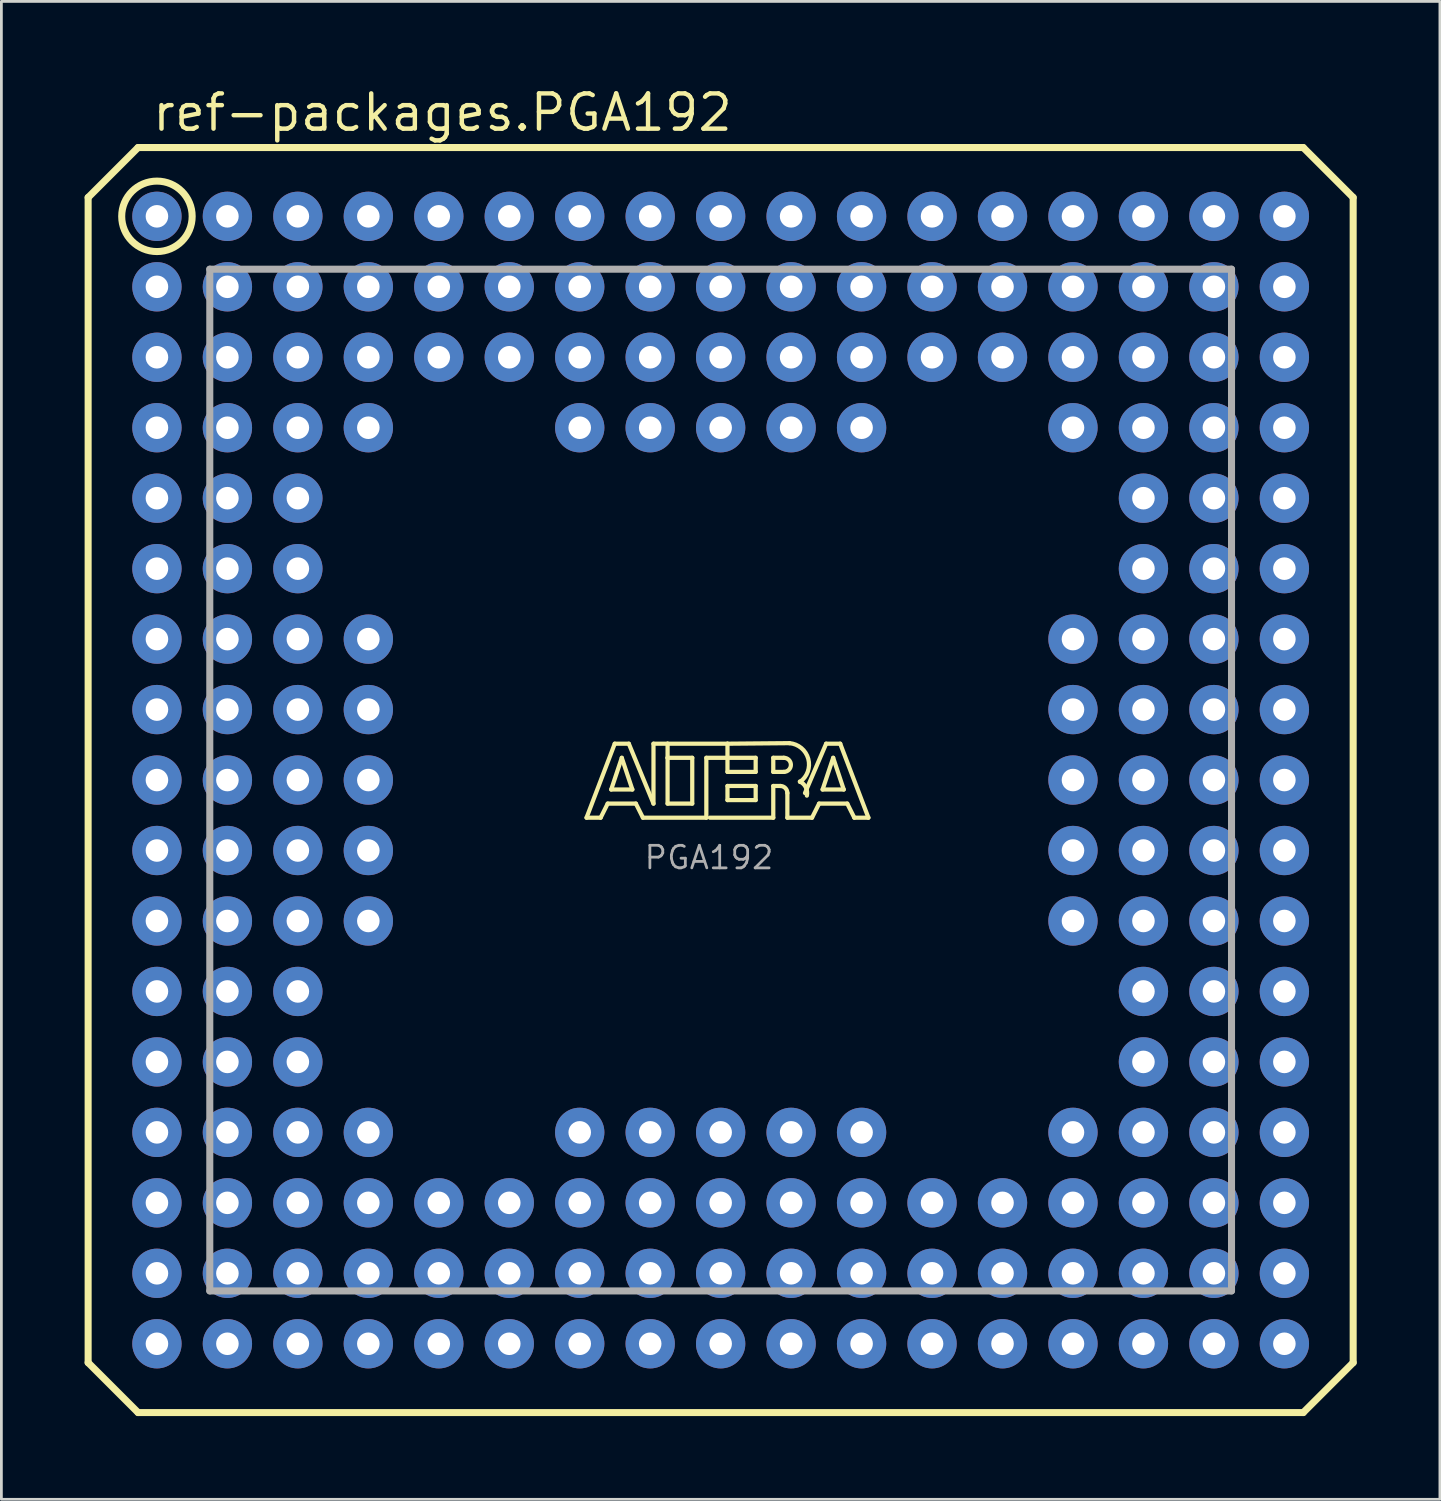
<source format=kicad_pcb>
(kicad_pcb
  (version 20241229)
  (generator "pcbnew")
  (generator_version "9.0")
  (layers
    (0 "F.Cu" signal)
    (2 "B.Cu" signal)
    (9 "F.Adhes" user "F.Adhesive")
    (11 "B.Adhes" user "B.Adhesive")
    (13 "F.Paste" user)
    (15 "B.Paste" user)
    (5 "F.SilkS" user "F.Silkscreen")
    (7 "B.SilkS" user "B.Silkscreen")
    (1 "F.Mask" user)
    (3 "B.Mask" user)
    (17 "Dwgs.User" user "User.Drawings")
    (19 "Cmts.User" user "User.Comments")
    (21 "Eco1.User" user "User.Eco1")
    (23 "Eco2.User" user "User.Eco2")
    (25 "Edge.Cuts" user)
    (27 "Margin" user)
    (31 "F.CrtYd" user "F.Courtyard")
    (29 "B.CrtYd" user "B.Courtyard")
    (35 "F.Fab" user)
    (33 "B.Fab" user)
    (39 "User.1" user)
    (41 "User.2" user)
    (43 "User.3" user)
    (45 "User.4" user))
  (footprint "ref-packages.PGA192"
    (layer "F.Cu")
    (at 22.927 25.068)
    (property "Reference" "ref-packages.PGA192" (at -20.563 -23.318 0) (layer "F.SilkS") (effects (font (size 1.27 1.27) (thickness 0.16)) (justify left bottom)))
    (attr through_hole)
    (fp_line (start -22.8 -21) (end -21 -22.8) (stroke (width 0.254) (type default)) (layer "F.SilkS"))
    (fp_line (start -22.8 21) (end -22.8 -21) (stroke (width 0.254) (type default)) (layer "F.SilkS"))
    (fp_line (start -21 -22.8) (end 21 -22.8) (stroke (width 0.254) (type default)) (layer "F.SilkS"))
    (fp_line (start -21 22.8) (end -22.8 21) (stroke (width 0.254) (type default)) (layer "F.SilkS"))
    (fp_line (start -4.834 1.357) (end -3.818 -1.31) (stroke (width 0.152) (type default)) (layer "F.SilkS"))
    (fp_line (start -4.326 1.357) (end -4.834 1.357) (stroke (width 0.152) (type default)) (layer "F.SilkS"))
    (fp_line (start -4.072 0.849) (end -4.326 1.357) (stroke (width 0.152) (type default)) (layer "F.SilkS"))
    (fp_line (start -3.945 0.341) (end -3.183 0.341) (stroke (width 0.152) (type default)) (layer "F.SilkS"))
    (fp_line (start -3.818 -1.31) (end -3.31 -1.31) (stroke (width 0.152) (type default)) (layer "F.SilkS"))
    (fp_line (start -3.564 -0.802) (end -3.945 0.341) (stroke (width 0.152) (type default)) (layer "F.SilkS"))
    (fp_line (start -3.31 -1.31) (end -2.421 0.849) (stroke (width 0.152) (type default)) (layer "F.SilkS"))
    (fp_line (start -3.183 0.341) (end -3.564 -0.802) (stroke (width 0.152) (type default)) (layer "F.SilkS"))
    (fp_line (start -3.056 0.849) (end -4.072 0.849) (stroke (width 0.152) (type default)) (layer "F.SilkS"))
    (fp_line (start -2.802 1.357) (end -3.056 0.849) (stroke (width 0.152) (type default)) (layer "F.SilkS"))
    (fp_line (start -2.421 -1.31) (end -1.913 -1.31) (stroke (width 0.152) (type default)) (layer "F.SilkS"))
    (fp_line (start -2.421 0.849) (end -2.421 -1.31) (stroke (width 0.152) (type default)) (layer "F.SilkS"))
    (fp_line (start -1.913 -1.31) (end -1.913 -0.802) (stroke (width 0.152) (type default)) (layer "F.SilkS"))
    (fp_line (start -1.913 -1.31) (end 0.246 -1.31) (stroke (width 0.152) (type default)) (layer "F.SilkS"))
    (fp_line (start -1.913 -0.802) (end -1.913 0.849) (stroke (width 0.152) (type default)) (layer "F.SilkS"))
    (fp_line (start -1.913 0.849) (end -1.024 0.849) (stroke (width 0.152) (type default)) (layer "F.SilkS"))
    (fp_line (start -1.024 -0.802) (end -1.913 -0.802) (stroke (width 0.152) (type default)) (layer "F.SilkS"))
    (fp_line (start -1.024 0.849) (end -1.024 -0.802) (stroke (width 0.152) (type default)) (layer "F.SilkS"))
    (fp_line (start -0.516 -0.802) (end -0.516 1.357) (stroke (width 0.152) (type default)) (layer "F.SilkS"))
    (fp_line (start -0.516 1.357) (end -2.802 1.357) (stroke (width 0.152) (type default)) (layer "F.SilkS"))
    (fp_line (start 0.246 -1.31) (end 0.246 -0.802) (stroke (width 0.152) (type default)) (layer "F.SilkS"))
    (fp_line (start 0.246 -1.31) (end 2.478 -1.33) (stroke (width 0.152) (type default)) (layer "F.SilkS"))
    (fp_line (start 0.246 -0.802) (end -0.516 -0.802) (stroke (width 0.152) (type default)) (layer "F.SilkS"))
    (fp_line (start 0.246 -0.802) (end 0.246 -0.294) (stroke (width 0.152) (type default)) (layer "F.SilkS"))
    (fp_line (start 0.246 -0.294) (end 1.262 -0.294) (stroke (width 0.152) (type default)) (layer "F.SilkS"))
    (fp_line (start 0.246 0.214) (end 1.262 0.214) (stroke (width 0.152) (type default)) (layer "F.SilkS"))
    (fp_line (start 0.246 0.722) (end 0.246 0.214) (stroke (width 0.152) (type default)) (layer "F.SilkS"))
    (fp_line (start 1.262 -0.802) (end 0.246 -0.802) (stroke (width 0.152) (type default)) (layer "F.SilkS"))
    (fp_line (start 1.262 -0.294) (end 1.262 -0.802) (stroke (width 0.152) (type default)) (layer "F.SilkS"))
    (fp_line (start 1.262 0.214) (end 1.262 0.722) (stroke (width 0.152) (type default)) (layer "F.SilkS"))
    (fp_line (start 1.262 0.722) (end 0.246 0.722) (stroke (width 0.152) (type default)) (layer "F.SilkS"))
    (fp_line (start 1.897 -0.802) (end 1.897 -0.294) (stroke (width 0.152) (type default)) (layer "F.SilkS"))
    (fp_line (start 1.897 -0.294) (end 2.278 -0.294) (stroke (width 0.152) (type default)) (layer "F.SilkS"))
    (fp_line (start 1.897 0.214) (end 1.897 1.357) (stroke (width 0.152) (type default)) (layer "F.SilkS"))
    (fp_line (start 1.897 0.214) (end 2.151 0.214) (stroke (width 0.152) (type default)) (layer "F.SilkS"))
    (fp_line (start 1.897 1.357) (end -0.389 1.357) (stroke (width 0.152) (type default)) (layer "F.SilkS"))
    (fp_line (start 2.278 -0.802) (end 1.897 -0.802) (stroke (width 0.152) (type default)) (layer "F.SilkS"))
    (fp_line (start 2.405 0.468) (end 2.405 1.357) (stroke (width 0.152) (type default)) (layer "F.SilkS"))
    (fp_line (start 2.405 1.357) (end 3.294 1.357) (stroke (width 0.152) (type default)) (layer "F.SilkS"))
    (fp_line (start 3.294 1.357) (end 3.548 0.849) (stroke (width 0.152) (type default)) (layer "F.SilkS"))
    (fp_line (start 3.548 0.849) (end 4.564 0.849) (stroke (width 0.152) (type default)) (layer "F.SilkS"))
    (fp_line (start 3.675 0.341) (end 4.056 -0.802) (stroke (width 0.152) (type default)) (layer "F.SilkS"))
    (fp_line (start 3.802 -1.31) (end 3.04 0.468) (stroke (width 0.152) (type default)) (layer "F.SilkS"))
    (fp_line (start 4.056 -0.802) (end 4.437 0.341) (stroke (width 0.152) (type default)) (layer "F.SilkS"))
    (fp_line (start 4.31 -1.31) (end 3.802 -1.31) (stroke (width 0.152) (type default)) (layer "F.SilkS"))
    (fp_line (start 4.437 0.341) (end 3.675 0.341) (stroke (width 0.152) (type default)) (layer "F.SilkS"))
    (fp_line (start 4.564 0.849) (end 4.818 1.357) (stroke (width 0.152) (type default)) (layer "F.SilkS"))
    (fp_line (start 4.818 1.357) (end 5.326 1.357) (stroke (width 0.152) (type default)) (layer "F.SilkS"))
    (fp_line (start 5.326 1.357) (end 4.31 -1.31) (stroke (width 0.152) (type default)) (layer "F.SilkS"))
    (fp_line (start 21 -22.8) (end 22.8 -21) (stroke (width 0.254) (type default)) (layer "F.SilkS"))
    (fp_line (start 21 22.8) (end -21 22.8) (stroke (width 0.254) (type default)) (layer "F.SilkS"))
    (fp_line (start 22.8 -21) (end 22.8 21) (stroke (width 0.254) (type default)) (layer "F.SilkS"))
    (fp_line (start 22.8 21) (end 21 22.8) (stroke (width 0.254) (type default)) (layer "F.SilkS"))
    (fp_arc (start 2.151 0.214) (mid 2.330605 0.288395) (end 2.405 0.468) (stroke (width 0.1524) (type default)) (layer "F.SilkS"))
    (fp_arc (start 2.278 -0.802) (mid 2.532 -0.548) (end 2.278 -0.294) (stroke (width 0.1524) (type default)) (layer "F.SilkS"))
    (fp_arc (start 2.4785 -1.33) (mid 3.158453 -0.76477) (end 2.8596 0.0674) (stroke (width 0.1524) (type default)) (layer "F.SilkS"))
    (fp_arc (start 2.8543 0.0531) (mid 3.070281 0.262587) (end 3.108 0.5611) (stroke (width 0.1524) (type default)) (layer "F.SilkS"))
    (fp_circle (center -20.32 -20.32) (end -19.05 -20.32) (stroke (width 0.254) (type default)) (fill no) (layer "F.SilkS"))
    (fp_line (start -18.415 -18.415) (end -18.415 18.415) (stroke (width 0.254) (type default)) (layer "F.Fab"))
    (fp_line (start -18.415 18.415) (end 18.415 18.415) (stroke (width 0.254) (type default)) (layer "F.Fab"))
    (fp_line (start 18.415 -18.415) (end -18.415 -18.415) (stroke (width 0.254) (type default)) (layer "F.Fab"))
    (fp_line (start 18.415 18.415) (end 18.415 -18.415) (stroke (width 0.254) (type default)) (layer "F.Fab"))
    (fp_text user "PGA192" (at -2.81 3.27 0) (layer "F.Fab") (effects (font (size 0.813 0.813) (thickness 0.1)) (justify left bottom)))
    (pad "A1" thru_hole circle (at -20.32 -20.32) (size 1.778 1.778) (drill 0.813) (layers "*.Cu" "*.Mask"))
    (pad "A2" thru_hole circle (at -17.78 -20.32) (size 1.778 1.778) (drill 0.813) (layers "*.Cu" "*.Mask"))
    (pad "A3" thru_hole circle (at -15.24 -20.32) (size 1.778 1.778) (drill 0.813) (layers "*.Cu" "*.Mask"))
    (pad "A4" thru_hole circle (at -12.7 -20.32) (size 1.778 1.778) (drill 0.813) (layers "*.Cu" "*.Mask"))
    (pad "A5" thru_hole circle (at -10.16 -20.32) (size 1.778 1.778) (drill 0.813) (layers "*.Cu" "*.Mask"))
    (pad "A6" thru_hole circle (at -7.62 -20.32) (size 1.778 1.778) (drill 0.813) (layers "*.Cu" "*.Mask"))
    (pad "A7" thru_hole circle (at -5.08 -20.32) (size 1.778 1.778) (drill 0.813) (layers "*.Cu" "*.Mask"))
    (pad "A8" thru_hole circle (at -2.54 -20.32) (size 1.778 1.778) (drill 0.813) (layers "*.Cu" "*.Mask"))
    (pad "A9" thru_hole circle (at 0 -20.32) (size 1.778 1.778) (drill 0.813) (layers "*.Cu" "*.Mask"))
    (pad "A10" thru_hole circle (at 2.54 -20.32) (size 1.778 1.778) (drill 0.813) (layers "*.Cu" "*.Mask"))
    (pad "A11" thru_hole circle (at 5.08 -20.32) (size 1.778 1.778) (drill 0.813) (layers "*.Cu" "*.Mask"))
    (pad "A12" thru_hole circle (at 7.62 -20.32) (size 1.778 1.778) (drill 0.813) (layers "*.Cu" "*.Mask"))
    (pad "A13" thru_hole circle (at 10.16 -20.32) (size 1.778 1.778) (drill 0.813) (layers "*.Cu" "*.Mask"))
    (pad "A14" thru_hole circle (at 12.7 -20.32) (size 1.778 1.778) (drill 0.813) (layers "*.Cu" "*.Mask"))
    (pad "A15" thru_hole circle (at 15.24 -20.32) (size 1.778 1.778) (drill 0.813) (layers "*.Cu" "*.Mask"))
    (pad "A16" thru_hole circle (at 17.78 -20.32) (size 1.778 1.778) (drill 0.813) (layers "*.Cu" "*.Mask"))
    (pad "A17" thru_hole circle (at 20.32 -20.32) (size 1.778 1.778) (drill 0.813) (layers "*.Cu" "*.Mask"))
    (pad "B1" thru_hole circle (at -20.32 -17.78) (size 1.778 1.778) (drill 0.813) (layers "*.Cu" "*.Mask"))
    (pad "B2" thru_hole circle (at -17.78 -17.78) (size 1.778 1.778) (drill 0.813) (layers "*.Cu" "*.Mask"))
    (pad "B3" thru_hole circle (at -15.24 -17.78) (size 1.778 1.778) (drill 0.813) (layers "*.Cu" "*.Mask"))
    (pad "B4" thru_hole circle (at -12.7 -17.78) (size 1.778 1.778) (drill 0.813) (layers "*.Cu" "*.Mask"))
    (pad "B5" thru_hole circle (at -10.16 -17.78) (size 1.778 1.778) (drill 0.813) (layers "*.Cu" "*.Mask"))
    (pad "B6" thru_hole circle (at -7.62 -17.78) (size 1.778 1.778) (drill 0.813) (layers "*.Cu" "*.Mask"))
    (pad "B7" thru_hole circle (at -5.08 -17.78) (size 1.778 1.778) (drill 0.813) (layers "*.Cu" "*.Mask"))
    (pad "B8" thru_hole circle (at -2.54 -17.78) (size 1.778 1.778) (drill 0.813) (layers "*.Cu" "*.Mask"))
    (pad "B9" thru_hole circle (at 0 -17.78) (size 1.778 1.778) (drill 0.813) (layers "*.Cu" "*.Mask"))
    (pad "B10" thru_hole circle (at 2.54 -17.78) (size 1.778 1.778) (drill 0.813) (layers "*.Cu" "*.Mask"))
    (pad "B11" thru_hole circle (at 5.08 -17.78) (size 1.778 1.778) (drill 0.813) (layers "*.Cu" "*.Mask"))
    (pad "B12" thru_hole circle (at 7.62 -17.78) (size 1.778 1.778) (drill 0.813) (layers "*.Cu" "*.Mask"))
    (pad "B13" thru_hole circle (at 10.16 -17.78) (size 1.778 1.778) (drill 0.813) (layers "*.Cu" "*.Mask"))
    (pad "B14" thru_hole circle (at 12.7 -17.78) (size 1.778 1.778) (drill 0.813) (layers "*.Cu" "*.Mask"))
    (pad "B15" thru_hole circle (at 15.24 -17.78) (size 1.778 1.778) (drill 0.813) (layers "*.Cu" "*.Mask"))
    (pad "B16" thru_hole circle (at 17.78 -17.78) (size 1.778 1.778) (drill 0.813) (layers "*.Cu" "*.Mask"))
    (pad "B17" thru_hole circle (at 20.32 -17.78) (size 1.778 1.778) (drill 0.813) (layers "*.Cu" "*.Mask"))
    (pad "C1" thru_hole circle (at -20.32 -15.24) (size 1.778 1.778) (drill 0.813) (layers "*.Cu" "*.Mask"))
    (pad "C2" thru_hole circle (at -17.78 -15.24) (size 1.778 1.778) (drill 0.813) (layers "*.Cu" "*.Mask"))
    (pad "C3" thru_hole circle (at -15.24 -15.24) (size 1.778 1.778) (drill 0.813) (layers "*.Cu" "*.Mask"))
    (pad "C4" thru_hole circle (at -12.7 -15.24) (size 1.778 1.778) (drill 0.813) (layers "*.Cu" "*.Mask"))
    (pad "C5" thru_hole circle (at -10.16 -15.24) (size 1.778 1.778) (drill 0.813) (layers "*.Cu" "*.Mask"))
    (pad "C6" thru_hole circle (at -7.62 -15.24) (size 1.778 1.778) (drill 0.813) (layers "*.Cu" "*.Mask"))
    (pad "C7" thru_hole circle (at -5.08 -15.24) (size 1.778 1.778) (drill 0.813) (layers "*.Cu" "*.Mask"))
    (pad "C8" thru_hole circle (at -2.54 -15.24) (size 1.778 1.778) (drill 0.813) (layers "*.Cu" "*.Mask"))
    (pad "C9" thru_hole circle (at 0 -15.24) (size 1.778 1.778) (drill 0.813) (layers "*.Cu" "*.Mask"))
    (pad "C10" thru_hole circle (at 2.54 -15.24) (size 1.778 1.778) (drill 0.813) (layers "*.Cu" "*.Mask"))
    (pad "C11" thru_hole circle (at 5.08 -15.24) (size 1.778 1.778) (drill 0.813) (layers "*.Cu" "*.Mask"))
    (pad "C12" thru_hole circle (at 7.62 -15.24) (size 1.778 1.778) (drill 0.813) (layers "*.Cu" "*.Mask"))
    (pad "C13" thru_hole circle (at 10.16 -15.24) (size 1.778 1.778) (drill 0.813) (layers "*.Cu" "*.Mask"))
    (pad "C14" thru_hole circle (at 12.7 -15.24) (size 1.778 1.778) (drill 0.813) (layers "*.Cu" "*.Mask"))
    (pad "C15" thru_hole circle (at 15.24 -15.24) (size 1.778 1.778) (drill 0.813) (layers "*.Cu" "*.Mask"))
    (pad "C16" thru_hole circle (at 17.78 -15.24) (size 1.778 1.778) (drill 0.813) (layers "*.Cu" "*.Mask"))
    (pad "C17" thru_hole circle (at 20.32 -15.24) (size 1.778 1.778) (drill 0.813) (layers "*.Cu" "*.Mask"))
    (pad "D1" thru_hole circle (at -20.32 -12.7) (size 1.778 1.778) (drill 0.813) (layers "*.Cu" "*.Mask"))
    (pad "D2" thru_hole circle (at -17.78 -12.7) (size 1.778 1.778) (drill 0.813) (layers "*.Cu" "*.Mask"))
    (pad "D3" thru_hole circle (at -15.24 -12.7) (size 1.778 1.778) (drill 0.813) (layers "*.Cu" "*.Mask"))
    (pad "D4" thru_hole circle (at -12.7 -12.7) (size 1.778 1.778) (drill 0.813) (layers "*.Cu" "*.Mask"))
    (pad "D7" thru_hole circle (at -5.08 -12.7) (size 1.778 1.778) (drill 0.813) (layers "*.Cu" "*.Mask"))
    (pad "D8" thru_hole circle (at -2.54 -12.7) (size 1.778 1.778) (drill 0.813) (layers "*.Cu" "*.Mask"))
    (pad "D9" thru_hole circle (at 0 -12.7) (size 1.778 1.778) (drill 0.813) (layers "*.Cu" "*.Mask"))
    (pad "D10" thru_hole circle (at 2.54 -12.7) (size 1.778 1.778) (drill 0.813) (layers "*.Cu" "*.Mask"))
    (pad "D11" thru_hole circle (at 5.08 -12.7) (size 1.778 1.778) (drill 0.813) (layers "*.Cu" "*.Mask"))
    (pad "D14" thru_hole circle (at 12.7 -12.7) (size 1.778 1.778) (drill 0.813) (layers "*.Cu" "*.Mask"))
    (pad "D15" thru_hole circle (at 15.24 -12.7) (size 1.778 1.778) (drill 0.813) (layers "*.Cu" "*.Mask"))
    (pad "D16" thru_hole circle (at 17.78 -12.7) (size 1.778 1.778) (drill 0.813) (layers "*.Cu" "*.Mask"))
    (pad "D17" thru_hole circle (at 20.32 -12.7) (size 1.778 1.778) (drill 0.813) (layers "*.Cu" "*.Mask"))
    (pad "E1" thru_hole circle (at -20.32 -10.16) (size 1.778 1.778) (drill 0.813) (layers "*.Cu" "*.Mask"))
    (pad "E2" thru_hole circle (at -17.78 -10.16) (size 1.778 1.778) (drill 0.813) (layers "*.Cu" "*.Mask"))
    (pad "E3" thru_hole circle (at -15.24 -10.16) (size 1.778 1.778) (drill 0.813) (layers "*.Cu" "*.Mask"))
    (pad "E15" thru_hole circle (at 15.24 -10.16) (size 1.778 1.778) (drill 0.813) (layers "*.Cu" "*.Mask"))
    (pad "E16" thru_hole circle (at 17.78 -10.16) (size 1.778 1.778) (drill 0.813) (layers "*.Cu" "*.Mask"))
    (pad "E17" thru_hole circle (at 20.32 -10.16) (size 1.778 1.778) (drill 0.813) (layers "*.Cu" "*.Mask"))
    (pad "F1" thru_hole circle (at -20.32 -7.62) (size 1.778 1.778) (drill 0.813) (layers "*.Cu" "*.Mask"))
    (pad "F2" thru_hole circle (at -17.78 -7.62) (size 1.778 1.778) (drill 0.813) (layers "*.Cu" "*.Mask"))
    (pad "F3" thru_hole circle (at -15.24 -7.62) (size 1.778 1.778) (drill 0.813) (layers "*.Cu" "*.Mask"))
    (pad "F15" thru_hole circle (at 15.24 -7.62) (size 1.778 1.778) (drill 0.813) (layers "*.Cu" "*.Mask"))
    (pad "F16" thru_hole circle (at 17.78 -7.62) (size 1.778 1.778) (drill 0.813) (layers "*.Cu" "*.Mask"))
    (pad "F17" thru_hole circle (at 20.32 -7.62) (size 1.778 1.778) (drill 0.813) (layers "*.Cu" "*.Mask"))
    (pad "G1" thru_hole circle (at -20.32 -5.08) (size 1.778 1.778) (drill 0.813) (layers "*.Cu" "*.Mask"))
    (pad "G2" thru_hole circle (at -17.78 -5.08) (size 1.778 1.778) (drill 0.813) (layers "*.Cu" "*.Mask"))
    (pad "G3" thru_hole circle (at -15.24 -5.08) (size 1.778 1.778) (drill 0.813) (layers "*.Cu" "*.Mask"))
    (pad "G4" thru_hole circle (at -12.7 -5.08) (size 1.778 1.778) (drill 0.813) (layers "*.Cu" "*.Mask"))
    (pad "G14" thru_hole circle (at 12.7 -5.08) (size 1.778 1.778) (drill 0.813) (layers "*.Cu" "*.Mask"))
    (pad "G15" thru_hole circle (at 15.24 -5.08) (size 1.778 1.778) (drill 0.813) (layers "*.Cu" "*.Mask"))
    (pad "G16" thru_hole circle (at 17.78 -5.08) (size 1.778 1.778) (drill 0.813) (layers "*.Cu" "*.Mask"))
    (pad "G17" thru_hole circle (at 20.32 -5.08) (size 1.778 1.778) (drill 0.813) (layers "*.Cu" "*.Mask"))
    (pad "H1" thru_hole circle (at -20.32 -2.54) (size 1.778 1.778) (drill 0.813) (layers "*.Cu" "*.Mask"))
    (pad "H2" thru_hole circle (at -17.78 -2.54) (size 1.778 1.778) (drill 0.813) (layers "*.Cu" "*.Mask"))
    (pad "H3" thru_hole circle (at -15.24 -2.54) (size 1.778 1.778) (drill 0.813) (layers "*.Cu" "*.Mask"))
    (pad "H4" thru_hole circle (at -12.7 -2.54) (size 1.778 1.778) (drill 0.813) (layers "*.Cu" "*.Mask"))
    (pad "H14" thru_hole circle (at 12.7 -2.54) (size 1.778 1.778) (drill 0.813) (layers "*.Cu" "*.Mask"))
    (pad "H15" thru_hole circle (at 15.24 -2.54) (size 1.778 1.778) (drill 0.813) (layers "*.Cu" "*.Mask"))
    (pad "H16" thru_hole circle (at 17.78 -2.54) (size 1.778 1.778) (drill 0.813) (layers "*.Cu" "*.Mask"))
    (pad "H17" thru_hole circle (at 20.32 -2.54) (size 1.778 1.778) (drill 0.813) (layers "*.Cu" "*.Mask"))
    (pad "J1" thru_hole circle (at -20.32 0) (size 1.778 1.778) (drill 0.813) (layers "*.Cu" "*.Mask"))
    (pad "J2" thru_hole circle (at -17.78 0) (size 1.778 1.778) (drill 0.813) (layers "*.Cu" "*.Mask"))
    (pad "J3" thru_hole circle (at -15.24 0) (size 1.778 1.778) (drill 0.813) (layers "*.Cu" "*.Mask"))
    (pad "J4" thru_hole circle (at -12.7 0) (size 1.778 1.778) (drill 0.813) (layers "*.Cu" "*.Mask"))
    (pad "J14" thru_hole circle (at 12.7 0) (size 1.778 1.778) (drill 0.813) (layers "*.Cu" "*.Mask"))
    (pad "J15" thru_hole circle (at 15.24 0) (size 1.778 1.778) (drill 0.813) (layers "*.Cu" "*.Mask"))
    (pad "J16" thru_hole circle (at 17.78 0) (size 1.778 1.778) (drill 0.813) (layers "*.Cu" "*.Mask"))
    (pad "J17" thru_hole circle (at 20.32 0) (size 1.778 1.778) (drill 0.813) (layers "*.Cu" "*.Mask"))
    (pad "K1" thru_hole circle (at -20.32 2.54) (size 1.778 1.778) (drill 0.813) (layers "*.Cu" "*.Mask"))
    (pad "K2" thru_hole circle (at -17.78 2.54) (size 1.778 1.778) (drill 0.813) (layers "*.Cu" "*.Mask"))
    (pad "K3" thru_hole circle (at -15.24 2.54) (size 1.778 1.778) (drill 0.813) (layers "*.Cu" "*.Mask"))
    (pad "K4" thru_hole circle (at -12.7 2.54) (size 1.778 1.778) (drill 0.813) (layers "*.Cu" "*.Mask"))
    (pad "K14" thru_hole circle (at 12.7 2.54) (size 1.778 1.778) (drill 0.813) (layers "*.Cu" "*.Mask"))
    (pad "K15" thru_hole circle (at 15.24 2.54) (size 1.778 1.778) (drill 0.813) (layers "*.Cu" "*.Mask"))
    (pad "K16" thru_hole circle (at 17.78 2.54) (size 1.778 1.778) (drill 0.813) (layers "*.Cu" "*.Mask"))
    (pad "K17" thru_hole circle (at 20.32 2.54) (size 1.778 1.778) (drill 0.813) (layers "*.Cu" "*.Mask"))
    (pad "L1" thru_hole circle (at -20.32 5.08) (size 1.778 1.778) (drill 0.813) (layers "*.Cu" "*.Mask"))
    (pad "L2" thru_hole circle (at -17.78 5.08) (size 1.778 1.778) (drill 0.813) (layers "*.Cu" "*.Mask"))
    (pad "L3" thru_hole circle (at -15.24 5.08) (size 1.778 1.778) (drill 0.813) (layers "*.Cu" "*.Mask"))
    (pad "L4" thru_hole circle (at -12.7 5.08) (size 1.778 1.778) (drill 0.813) (layers "*.Cu" "*.Mask"))
    (pad "L14" thru_hole circle (at 12.7 5.08) (size 1.778 1.778) (drill 0.813) (layers "*.Cu" "*.Mask"))
    (pad "L15" thru_hole circle (at 15.24 5.08) (size 1.778 1.778) (drill 0.813) (layers "*.Cu" "*.Mask"))
    (pad "L16" thru_hole circle (at 17.78 5.08) (size 1.778 1.778) (drill 0.813) (layers "*.Cu" "*.Mask"))
    (pad "L17" thru_hole circle (at 20.32 5.08) (size 1.778 1.778) (drill 0.813) (layers "*.Cu" "*.Mask"))
    (pad "M1" thru_hole circle (at -20.32 7.62) (size 1.778 1.778) (drill 0.813) (layers "*.Cu" "*.Mask"))
    (pad "M2" thru_hole circle (at -17.78 7.62) (size 1.778 1.778) (drill 0.813) (layers "*.Cu" "*.Mask"))
    (pad "M3" thru_hole circle (at -15.24 7.62) (size 1.778 1.778) (drill 0.813) (layers "*.Cu" "*.Mask"))
    (pad "M15" thru_hole circle (at 15.24 7.62) (size 1.778 1.778) (drill 0.813) (layers "*.Cu" "*.Mask"))
    (pad "M16" thru_hole circle (at 17.78 7.62) (size 1.778 1.778) (drill 0.813) (layers "*.Cu" "*.Mask"))
    (pad "M17" thru_hole circle (at 20.32 7.62) (size 1.778 1.778) (drill 0.813) (layers "*.Cu" "*.Mask"))
    (pad "N1" thru_hole circle (at -20.32 10.16) (size 1.778 1.778) (drill 0.813) (layers "*.Cu" "*.Mask"))
    (pad "N2" thru_hole circle (at -17.78 10.16) (size 1.778 1.778) (drill 0.813) (layers "*.Cu" "*.Mask"))
    (pad "N3" thru_hole circle (at -15.24 10.16) (size 1.778 1.778) (drill 0.813) (layers "*.Cu" "*.Mask"))
    (pad "N15" thru_hole circle (at 15.24 10.16) (size 1.778 1.778) (drill 0.813) (layers "*.Cu" "*.Mask"))
    (pad "N16" thru_hole circle (at 17.78 10.16) (size 1.778 1.778) (drill 0.813) (layers "*.Cu" "*.Mask"))
    (pad "N17" thru_hole circle (at 20.32 10.16) (size 1.778 1.778) (drill 0.813) (layers "*.Cu" "*.Mask"))
    (pad "P1" thru_hole circle (at -20.32 12.7) (size 1.778 1.778) (drill 0.813) (layers "*.Cu" "*.Mask"))
    (pad "P2" thru_hole circle (at -17.78 12.7) (size 1.778 1.778) (drill 0.813) (layers "*.Cu" "*.Mask"))
    (pad "P3" thru_hole circle (at -15.24 12.7) (size 1.778 1.778) (drill 0.813) (layers "*.Cu" "*.Mask"))
    (pad "P4" thru_hole circle (at -12.7 12.7) (size 1.778 1.778) (drill 0.813) (layers "*.Cu" "*.Mask"))
    (pad "P7" thru_hole circle (at -5.08 12.7) (size 1.778 1.778) (drill 0.813) (layers "*.Cu" "*.Mask"))
    (pad "P8" thru_hole circle (at -2.54 12.7) (size 1.778 1.778) (drill 0.813) (layers "*.Cu" "*.Mask"))
    (pad "P9" thru_hole circle (at 0 12.7) (size 1.778 1.778) (drill 0.813) (layers "*.Cu" "*.Mask"))
    (pad "P10" thru_hole circle (at 2.54 12.7) (size 1.778 1.778) (drill 0.813) (layers "*.Cu" "*.Mask"))
    (pad "P11" thru_hole circle (at 5.08 12.7) (size 1.778 1.778) (drill 0.813) (layers "*.Cu" "*.Mask"))
    (pad "P14" thru_hole circle (at 12.7 12.7) (size 1.778 1.778) (drill 0.813) (layers "*.Cu" "*.Mask"))
    (pad "P15" thru_hole circle (at 15.24 12.7) (size 1.778 1.778) (drill 0.813) (layers "*.Cu" "*.Mask"))
    (pad "P16" thru_hole circle (at 17.78 12.7) (size 1.778 1.778) (drill 0.813) (layers "*.Cu" "*.Mask"))
    (pad "P17" thru_hole circle (at 20.32 12.7) (size 1.778 1.778) (drill 0.813) (layers "*.Cu" "*.Mask"))
    (pad "R1" thru_hole circle (at -20.32 15.24) (size 1.778 1.778) (drill 0.813) (layers "*.Cu" "*.Mask"))
    (pad "R2" thru_hole circle (at -17.78 15.24) (size 1.778 1.778) (drill 0.813) (layers "*.Cu" "*.Mask"))
    (pad "R3" thru_hole circle (at -15.24 15.24) (size 1.778 1.778) (drill 0.813) (layers "*.Cu" "*.Mask"))
    (pad "R4" thru_hole circle (at -12.7 15.24) (size 1.778 1.778) (drill 0.813) (layers "*.Cu" "*.Mask"))
    (pad "R5" thru_hole circle (at -10.16 15.24) (size 1.778 1.778) (drill 0.813) (layers "*.Cu" "*.Mask"))
    (pad "R6" thru_hole circle (at -7.62 15.24) (size 1.778 1.778) (drill 0.813) (layers "*.Cu" "*.Mask"))
    (pad "R7" thru_hole circle (at -5.08 15.24) (size 1.778 1.778) (drill 0.813) (layers "*.Cu" "*.Mask"))
    (pad "R8" thru_hole circle (at -2.54 15.24) (size 1.778 1.778) (drill 0.813) (layers "*.Cu" "*.Mask"))
    (pad "R9" thru_hole circle (at 0 15.24) (size 1.778 1.778) (drill 0.813) (layers "*.Cu" "*.Mask"))
    (pad "R10" thru_hole circle (at 2.54 15.24) (size 1.778 1.778) (drill 0.813) (layers "*.Cu" "*.Mask"))
    (pad "R11" thru_hole circle (at 5.08 15.24) (size 1.778 1.778) (drill 0.813) (layers "*.Cu" "*.Mask"))
    (pad "R12" thru_hole circle (at 7.62 15.24) (size 1.778 1.778) (drill 0.813) (layers "*.Cu" "*.Mask"))
    (pad "R13" thru_hole circle (at 10.16 15.24) (size 1.778 1.778) (drill 0.813) (layers "*.Cu" "*.Mask"))
    (pad "R14" thru_hole circle (at 12.7 15.24) (size 1.778 1.778) (drill 0.813) (layers "*.Cu" "*.Mask"))
    (pad "R15" thru_hole circle (at 15.24 15.24) (size 1.778 1.778) (drill 0.813) (layers "*.Cu" "*.Mask"))
    (pad "R16" thru_hole circle (at 17.78 15.24) (size 1.778 1.778) (drill 0.813) (layers "*.Cu" "*.Mask"))
    (pad "R17" thru_hole circle (at 20.32 15.24) (size 1.778 1.778) (drill 0.813) (layers "*.Cu" "*.Mask"))
    (pad "T1" thru_hole circle (at -20.32 17.78) (size 1.778 1.778) (drill 0.813) (layers "*.Cu" "*.Mask"))
    (pad "T2" thru_hole circle (at -17.78 17.78) (size 1.778 1.778) (drill 0.813) (layers "*.Cu" "*.Mask"))
    (pad "T3" thru_hole circle (at -15.24 17.78) (size 1.778 1.778) (drill 0.813) (layers "*.Cu" "*.Mask"))
    (pad "T4" thru_hole circle (at -12.7 17.78) (size 1.778 1.778) (drill 0.813) (layers "*.Cu" "*.Mask"))
    (pad "T5" thru_hole circle (at -10.16 17.78) (size 1.778 1.778) (drill 0.813) (layers "*.Cu" "*.Mask"))
    (pad "T6" thru_hole circle (at -7.62 17.78) (size 1.778 1.778) (drill 0.813) (layers "*.Cu" "*.Mask"))
    (pad "T7" thru_hole circle (at -5.08 17.78) (size 1.778 1.778) (drill 0.813) (layers "*.Cu" "*.Mask"))
    (pad "T8" thru_hole circle (at -2.54 17.78) (size 1.778 1.778) (drill 0.813) (layers "*.Cu" "*.Mask"))
    (pad "T9" thru_hole circle (at 0 17.78) (size 1.778 1.778) (drill 0.813) (layers "*.Cu" "*.Mask"))
    (pad "T10" thru_hole circle (at 2.54 17.78) (size 1.778 1.778) (drill 0.813) (layers "*.Cu" "*.Mask"))
    (pad "T11" thru_hole circle (at 5.08 17.78) (size 1.778 1.778) (drill 0.813) (layers "*.Cu" "*.Mask"))
    (pad "T12" thru_hole circle (at 7.62 17.78) (size 1.778 1.778) (drill 0.813) (layers "*.Cu" "*.Mask"))
    (pad "T13" thru_hole circle (at 10.16 17.78) (size 1.778 1.778) (drill 0.813) (layers "*.Cu" "*.Mask"))
    (pad "T14" thru_hole circle (at 12.7 17.78) (size 1.778 1.778) (drill 0.813) (layers "*.Cu" "*.Mask"))
    (pad "T15" thru_hole circle (at 15.24 17.78) (size 1.778 1.778) (drill 0.813) (layers "*.Cu" "*.Mask"))
    (pad "T16" thru_hole circle (at 17.78 17.78) (size 1.778 1.778) (drill 0.813) (layers "*.Cu" "*.Mask"))
    (pad "T17" thru_hole circle (at 20.32 17.78) (size 1.778 1.778) (drill 0.813) (layers "*.Cu" "*.Mask"))
    (pad "U1" thru_hole circle (at -20.32 20.32) (size 1.778 1.778) (drill 0.813) (layers "*.Cu" "*.Mask"))
    (pad "U2" thru_hole circle (at -17.78 20.32) (size 1.778 1.778) (drill 0.813) (layers "*.Cu" "*.Mask"))
    (pad "U3" thru_hole circle (at -15.24 20.32) (size 1.778 1.778) (drill 0.813) (layers "*.Cu" "*.Mask"))
    (pad "U4" thru_hole circle (at -12.7 20.32) (size 1.778 1.778) (drill 0.813) (layers "*.Cu" "*.Mask"))
    (pad "U5" thru_hole circle (at -10.16 20.32) (size 1.778 1.778) (drill 0.813) (layers "*.Cu" "*.Mask"))
    (pad "U6" thru_hole circle (at -7.62 20.32) (size 1.778 1.778) (drill 0.813) (layers "*.Cu" "*.Mask"))
    (pad "U7" thru_hole circle (at -5.08 20.32) (size 1.778 1.778) (drill 0.813) (layers "*.Cu" "*.Mask"))
    (pad "U8" thru_hole circle (at -2.54 20.32) (size 1.778 1.778) (drill 0.813) (layers "*.Cu" "*.Mask"))
    (pad "U9" thru_hole circle (at 0 20.32) (size 1.778 1.778) (drill 0.813) (layers "*.Cu" "*.Mask"))
    (pad "U10" thru_hole circle (at 2.54 20.32) (size 1.778 1.778) (drill 0.813) (layers "*.Cu" "*.Mask"))
    (pad "U11" thru_hole circle (at 5.08 20.32) (size 1.778 1.778) (drill 0.813) (layers "*.Cu" "*.Mask"))
    (pad "U12" thru_hole circle (at 7.62 20.32) (size 1.778 1.778) (drill 0.813) (layers "*.Cu" "*.Mask"))
    (pad "U13" thru_hole circle (at 10.16 20.32) (size 1.778 1.778) (drill 0.813) (layers "*.Cu" "*.Mask"))
    (pad "U14" thru_hole circle (at 12.7 20.32) (size 1.778 1.778) (drill 0.813) (layers "*.Cu" "*.Mask"))
    (pad "U15" thru_hole circle (at 15.24 20.32) (size 1.778 1.778) (drill 0.813) (layers "*.Cu" "*.Mask"))
    (pad "U16" thru_hole circle (at 17.78 20.32) (size 1.778 1.778) (drill 0.813) (layers "*.Cu" "*.Mask"))
    (pad "U17" thru_hole circle (at 20.32 20.32) (size 1.778 1.778) (drill 0.813) (layers "*.Cu" "*.Mask")))
  (gr_rect
    (start -3 -3)
    (end 48.854 50.995)
    (stroke (width 0.1) (type default))
    (fill no)
    (layer "Edge.Cuts")))
</source>
